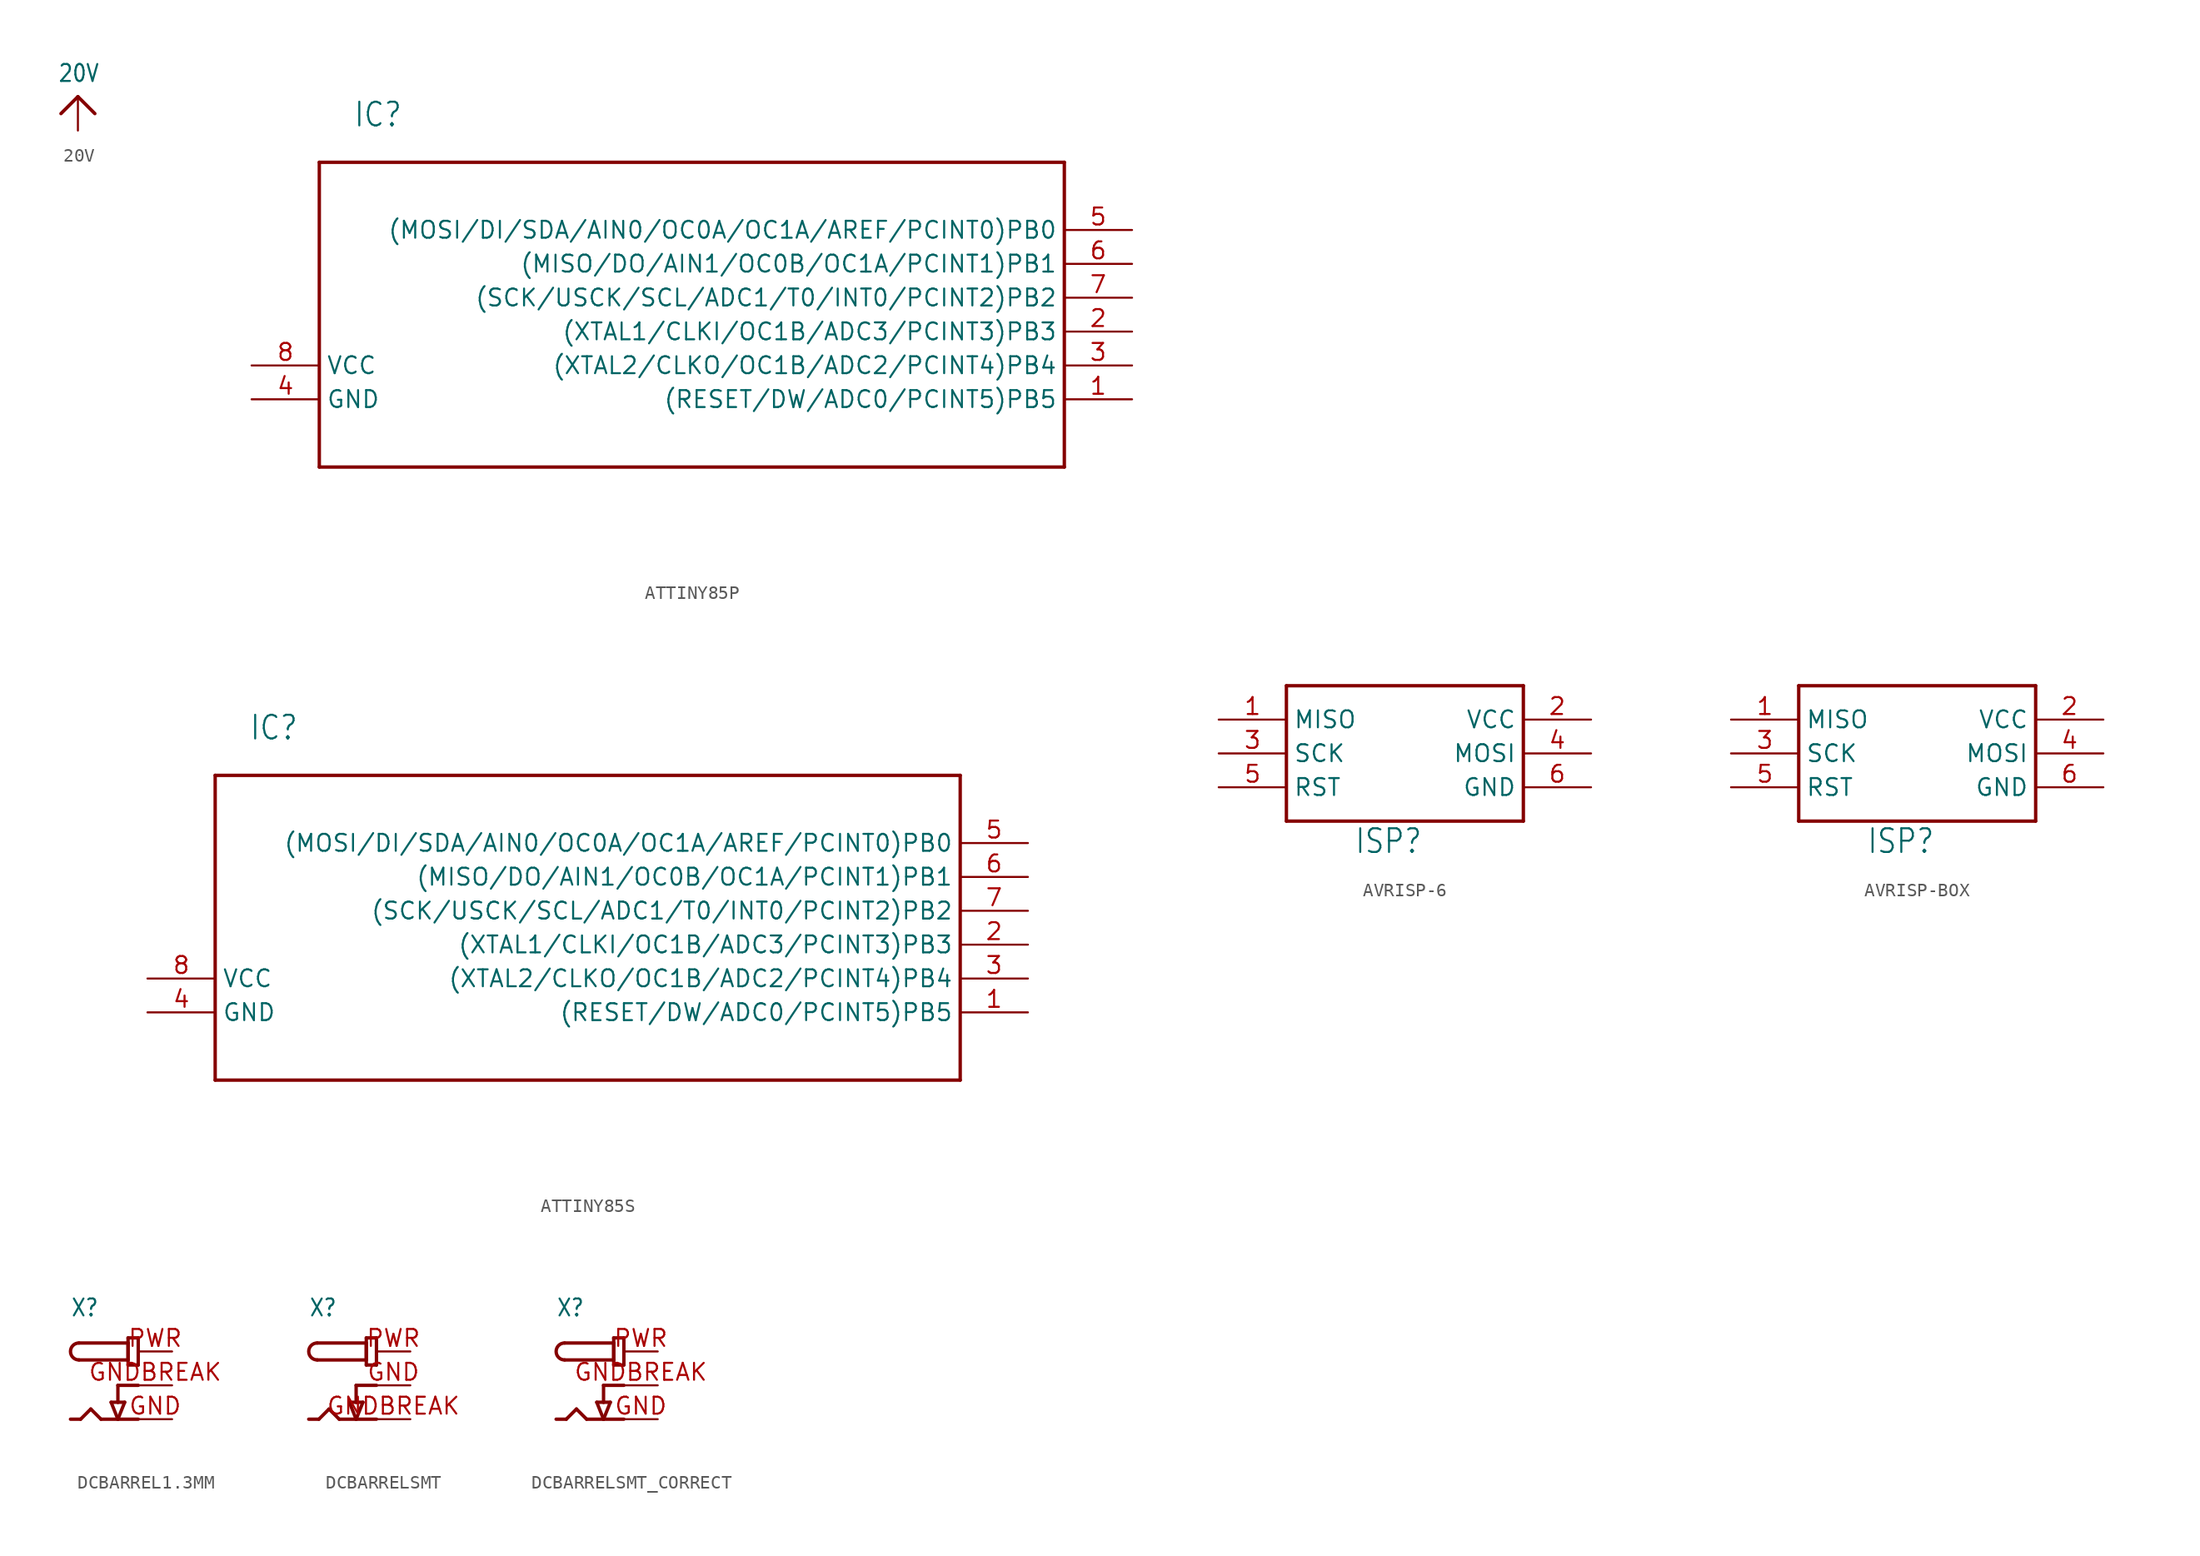
<source format=kicad_sym>
(kicad_symbol_lib
  (version 20220914)
  (generator kicad_symbol_editor)
  (symbol "20V"
    (power)
    (property "Reference" ""
      (at 0 0 0)
      (effects (font (size 1.27 1.27)) hide))
    (property "Value" "20V"
      (at -1.524 1.016 0)
      (effects (font (size 1.27 1.079)) (justify left bottom)))
    (property "ki_locked" ""
      (at 0 0 0)
      (effects (font (size 1.27 1.27))))
    (symbol "20V_1_0"
      (polyline (pts (xy -1.27 -1.27) (xy 0 0)) (stroke (width 0.254) (type solid)) (fill (type none)))
      (polyline (pts (xy 0 0) (xy 1.27 -1.27)) (stroke (width 0.254) (type solid)) (fill (type none)))
      (pin power_in line (at 0 -2.54 90) (length 2.54) (name "20V" (effects (font (size 0 0)))) (number "1" (effects (font (size 0 0)))))))
  (symbol "ATTINY85P"
    (property "Reference" "IC"
      (at -25.4 12.7 0)
      (effects (font (size 1.778 1.511)) (justify left bottom)))
    (property "Value" ""
      (at -25.4 -17.78 0)
      (effects (font (size 1.778 1.511)) (justify left bottom)))
    (property "ki_locked" ""
      (at 0 0 0)
      (effects (font (size 1.27 1.27))))
    (symbol "ATTINY85P_1_0"
      (polyline (pts (xy -27.94 -12.7) (xy -27.94 10.16)) (stroke (width 0.254) (type solid)) (fill (type none)))
      (polyline (pts (xy -27.94 10.16) (xy 27.94 10.16)) (stroke (width 0.254) (type solid)) (fill (type none)))
      (polyline (pts (xy 27.94 -12.7) (xy -27.94 -12.7)) (stroke (width 0.254) (type solid)) (fill (type none)))
      (polyline (pts (xy 27.94 10.16) (xy 27.94 -12.7)) (stroke (width 0.254) (type solid)) (fill (type none)))
      (pin bidirectional line (at 33.02 -7.62 180) (length 5.08) (name "(RESET/DW/ADC0/PCINT5)PB5" (effects (font (size 1.27 1.27)))) (number "1" (effects (font (size 1.27 1.27)))))
      (pin bidirectional line (at 33.02 -2.54 180) (length 5.08) (name "(XTAL1/CLKI/OC1B/ADC3/PCINT3)PB3" (effects (font (size 1.27 1.27)))) (number "2" (effects (font (size 1.27 1.27)))))
      (pin bidirectional line (at 33.02 -5.08 180) (length 5.08) (name "(XTAL2/CLKO/OC1B/ADC2/PCINT4)PB4" (effects (font (size 1.27 1.27)))) (number "3" (effects (font (size 1.27 1.27)))))
      (pin bidirectional line (at -33.02 -7.62 0) (length 5.08) (name "GND" (effects (font (size 1.27 1.27)))) (number "4" (effects (font (size 1.27 1.27)))))
      (pin bidirectional line (at 33.02 5.08 180) (length 5.08) (name "(MOSI/DI/SDA/AIN0/OC0A/OC1A/AREF/PCINT0)PB0" (effects (font (size 1.27 1.27)))) (number "5" (effects (font (size 1.27 1.27)))))
      (pin bidirectional line (at 33.02 2.54 180) (length 5.08) (name "(MISO/DO/AIN1/OC0B/OC1A/PCINT1)PB1" (effects (font (size 1.27 1.27)))) (number "6" (effects (font (size 1.27 1.27)))))
      (pin bidirectional line (at 33.02 0 180) (length 5.08) (name "(SCK/USCK/SCL/ADC1/T0/INT0/PCINT2)PB2" (effects (font (size 1.27 1.27)))) (number "7" (effects (font (size 1.27 1.27)))))
      (pin bidirectional line (at -33.02 -5.08 0) (length 5.08) (name "VCC" (effects (font (size 1.27 1.27)))) (number "8" (effects (font (size 1.27 1.27)))))))
  (symbol "ATTINY85S"
    (property "Reference" "IC"
      (at -25.4 12.7 0)
      (effects (font (size 1.778 1.511)) (justify left bottom)))
    (property "Value" ""
      (at -25.4 -17.78 0)
      (effects (font (size 1.778 1.511)) (justify left bottom)))
    (property "ki_locked" ""
      (at 0 0 0)
      (effects (font (size 1.27 1.27))))
    (symbol "ATTINY85S_1_0"
      (polyline (pts (xy -27.94 -12.7) (xy -27.94 10.16)) (stroke (width 0.254) (type solid)) (fill (type none)))
      (polyline (pts (xy -27.94 10.16) (xy 27.94 10.16)) (stroke (width 0.254) (type solid)) (fill (type none)))
      (polyline (pts (xy 27.94 -12.7) (xy -27.94 -12.7)) (stroke (width 0.254) (type solid)) (fill (type none)))
      (polyline (pts (xy 27.94 10.16) (xy 27.94 -12.7)) (stroke (width 0.254) (type solid)) (fill (type none)))
      (pin bidirectional line (at 33.02 -7.62 180) (length 5.08) (name "(RESET/DW/ADC0/PCINT5)PB5" (effects (font (size 1.27 1.27)))) (number "1" (effects (font (size 1.27 1.27)))))
      (pin bidirectional line (at 33.02 -2.54 180) (length 5.08) (name "(XTAL1/CLKI/OC1B/ADC3/PCINT3)PB3" (effects (font (size 1.27 1.27)))) (number "2" (effects (font (size 1.27 1.27)))))
      (pin bidirectional line (at 33.02 -5.08 180) (length 5.08) (name "(XTAL2/CLKO/OC1B/ADC2/PCINT4)PB4" (effects (font (size 1.27 1.27)))) (number "3" (effects (font (size 1.27 1.27)))))
      (pin bidirectional line (at -33.02 -7.62 0) (length 5.08) (name "GND" (effects (font (size 1.27 1.27)))) (number "4" (effects (font (size 1.27 1.27)))))
      (pin bidirectional line (at 33.02 5.08 180) (length 5.08) (name "(MOSI/DI/SDA/AIN0/OC0A/OC1A/AREF/PCINT0)PB0" (effects (font (size 1.27 1.27)))) (number "5" (effects (font (size 1.27 1.27)))))
      (pin bidirectional line (at 33.02 2.54 180) (length 5.08) (name "(MISO/DO/AIN1/OC0B/OC1A/PCINT1)PB1" (effects (font (size 1.27 1.27)))) (number "6" (effects (font (size 1.27 1.27)))))
      (pin bidirectional line (at 33.02 0 180) (length 5.08) (name "(SCK/USCK/SCL/ADC1/T0/INT0/PCINT2)PB2" (effects (font (size 1.27 1.27)))) (number "7" (effects (font (size 1.27 1.27)))))
      (pin bidirectional line (at -33.02 -5.08 0) (length 5.08) (name "VCC" (effects (font (size 1.27 1.27)))) (number "8" (effects (font (size 1.27 1.27)))))))
  (symbol "AVRISP-6"
    (property "Reference" "ISP"
      (at -2.54 -7.62 0)
      (effects (font (size 1.778 1.511)) (justify left bottom)))
    (property "ki_locked" ""
      (at 0 0 0)
      (effects (font (size 1.27 1.27))))
    (symbol "AVRISP-6_1_0"
      (polyline (pts (xy -7.62 -5.08) (xy -7.62 5.08)) (stroke (width 0.254) (type solid)) (fill (type none)))
      (polyline (pts (xy -7.62 5.08) (xy 10.16 5.08)) (stroke (width 0.254) (type solid)) (fill (type none)))
      (polyline (pts (xy 10.16 -5.08) (xy -7.62 -5.08)) (stroke (width 0.254) (type solid)) (fill (type none)))
      (polyline (pts (xy 10.16 5.08) (xy 10.16 -5.08)) (stroke (width 0.254) (type solid)) (fill (type none)))
      (pin input line (at -12.7 2.54 0) (length 5.08) (name "MISO" (effects (font (size 1.27 1.27)))) (number "1" (effects (font (size 1.27 1.27)))))
      (pin power_in line (at 15.24 2.54 180) (length 5.08) (name "VCC" (effects (font (size 1.27 1.27)))) (number "2" (effects (font (size 1.27 1.27)))))
      (pin output line (at -12.7 0 0) (length 5.08) (name "SCK" (effects (font (size 1.27 1.27)))) (number "3" (effects (font (size 1.27 1.27)))))
      (pin output line (at 15.24 0 180) (length 5.08) (name "MOSI" (effects (font (size 1.27 1.27)))) (number "4" (effects (font (size 1.27 1.27)))))
      (pin output line (at -12.7 -2.54 0) (length 5.08) (name "RST" (effects (font (size 1.27 1.27)))) (number "5" (effects (font (size 1.27 1.27)))))
      (pin power_in line (at 15.24 -2.54 180) (length 5.08) (name "GND" (effects (font (size 1.27 1.27)))) (number "6" (effects (font (size 1.27 1.27)))))))
  (symbol "AVRISP-BOX"
    (property "Reference" "ISP"
      (at -2.54 -7.62 0)
      (effects (font (size 1.778 1.511)) (justify left bottom)))
    (property "ki_locked" ""
      (at 0 0 0)
      (effects (font (size 1.27 1.27))))
    (symbol "AVRISP-BOX_1_0"
      (polyline (pts (xy -7.62 -5.08) (xy -7.62 5.08)) (stroke (width 0.254) (type solid)) (fill (type none)))
      (polyline (pts (xy -7.62 5.08) (xy 10.16 5.08)) (stroke (width 0.254) (type solid)) (fill (type none)))
      (polyline (pts (xy 10.16 -5.08) (xy -7.62 -5.08)) (stroke (width 0.254) (type solid)) (fill (type none)))
      (polyline (pts (xy 10.16 5.08) (xy 10.16 -5.08)) (stroke (width 0.254) (type solid)) (fill (type none)))
      (pin input line (at -12.7 2.54 0) (length 5.08) (name "MISO" (effects (font (size 1.27 1.27)))) (number "1" (effects (font (size 1.27 1.27)))))
      (pin power_in line (at 15.24 2.54 180) (length 5.08) (name "VCC" (effects (font (size 1.27 1.27)))) (number "2" (effects (font (size 1.27 1.27)))))
      (pin output line (at -12.7 0 0) (length 5.08) (name "SCK" (effects (font (size 1.27 1.27)))) (number "3" (effects (font (size 1.27 1.27)))))
      (pin output line (at 15.24 0 180) (length 5.08) (name "MOSI" (effects (font (size 1.27 1.27)))) (number "4" (effects (font (size 1.27 1.27)))))
      (pin output line (at -12.7 -2.54 0) (length 5.08) (name "RST" (effects (font (size 1.27 1.27)))) (number "5" (effects (font (size 1.27 1.27)))))
      (pin power_in line (at 15.24 -2.54 180) (length 5.08) (name "GND" (effects (font (size 1.27 1.27)))) (number "6" (effects (font (size 1.27 1.27)))))))
  (symbol "DCBARREL1.3MM"
    (property "Reference" "X"
      (at -5.08 5.08 0)
      (effects (font (size 1.27 1.079)) (justify left bottom)))
    (property "Value" ""
      (at -5.08 -5.08 0)
      (effects (font (size 1.27 1.079)) (justify left bottom)))
    (property "ki_locked" ""
      (at 0 0 0)
      (effects (font (size 1.27 1.27))))
    (symbol "DCBARREL1.3MM_1_0"
      (arc (start -4.445 3.175) (mid -5.08 2.54) (end -4.445 1.905) (stroke (width 0.254) (type solid)) (fill (type none)))
      (polyline (pts (xy -5.08 -2.54) (xy -4.318 -2.54)) (stroke (width 0.254) (type solid)) (fill (type none)))
      (polyline (pts (xy -4.318 -2.54) (xy -3.556 -1.778)) (stroke (width 0.254) (type solid)) (fill (type none)))
      (polyline (pts (xy -3.556 -1.778) (xy -2.794 -2.54)) (stroke (width 0.254) (type solid)) (fill (type none)))
      (polyline (pts (xy -2.032 -1.27) (xy -1.524 -1.27)) (stroke (width 0.254) (type solid)) (fill (type none)))
      (polyline (pts (xy -1.524 -2.54) (xy -2.794 -2.54)) (stroke (width 0.254) (type solid)) (fill (type none)))
      (polyline (pts (xy -1.524 -2.54) (xy -2.032 -1.27)) (stroke (width 0.254) (type solid)) (fill (type none)))
      (polyline (pts (xy -1.524 -1.27) (xy -1.016 -1.27)) (stroke (width 0.254) (type solid)) (fill (type none)))
      (polyline (pts (xy -1.524 0) (xy -1.524 -1.27)) (stroke (width 0.254) (type solid)) (fill (type none)))
      (polyline (pts (xy -1.016 -1.27) (xy -1.524 -2.54)) (stroke (width 0.254) (type solid)) (fill (type none)))
      (polyline (pts (xy -0.762 1.524) (xy -0.762 3.556)) (stroke (width 0.254) (type solid)) (fill (type none)))
      (polyline (pts (xy -0.762 1.905) (xy -4.445 1.905)) (stroke (width 0.254) (type solid)) (fill (type none)))
      (polyline (pts (xy -0.762 3.175) (xy -4.445 3.175)) (stroke (width 0.254) (type solid)) (fill (type none)))
      (polyline (pts (xy -0.762 3.175) (xy -0.762 1.905)) (stroke (width 0.254) (type solid)) (fill (type none)))
      (polyline (pts (xy -0.762 3.556) (xy 0 3.556)) (stroke (width 0.254) (type solid)) (fill (type none)))
      (polyline (pts (xy 0 -2.54) (xy -1.524 -2.54)) (stroke (width 0.254) (type solid)) (fill (type none)))
      (polyline (pts (xy 0 0) (xy -1.524 0)) (stroke (width 0.254) (type solid)) (fill (type none)))
      (polyline (pts (xy 0 1.524) (xy -0.762 1.524)) (stroke (width 0.254) (type solid)) (fill (type none)))
      (polyline (pts (xy 0 3.556) (xy 0 1.524)) (stroke (width 0.254) (type solid)) (fill (type none)))
      (pin power_in line (at 2.54 -2.54 180) (length 2.54) (name "GND" (effects (font (size 0 0)))) (number "GND" (effects (font (size 1.27 1.27)))))
      (pin power_in line (at 2.54 0 180) (length 2.54) (name "GNDBREAK" (effects (font (size 0 0)))) (number "GNDBREAK" (effects (font (size 1.27 1.27)))))
      (pin power_in line (at 2.54 2.54 180) (length 2.54) (name "PWR" (effects (font (size 0 0)))) (number "PWR" (effects (font (size 1.27 1.27)))))))
  (symbol "DCBARRELSMT"
    (property "Reference" "X"
      (at -5.08 5.08 0)
      (effects (font (size 1.27 1.079)) (justify left bottom)))
    (property "Value" ""
      (at -5.08 -5.08 0)
      (effects (font (size 1.27 1.079)) (justify left bottom)))
    (property "ki_locked" ""
      (at 0 0 0)
      (effects (font (size 1.27 1.27))))
    (symbol "DCBARRELSMT_1_0"
      (arc (start -4.445 3.175) (mid -5.08 2.54) (end -4.445 1.905) (stroke (width 0.254) (type solid)) (fill (type none)))
      (polyline (pts (xy -5.08 -2.54) (xy -4.318 -2.54)) (stroke (width 0.254) (type solid)) (fill (type none)))
      (polyline (pts (xy -4.318 -2.54) (xy -3.556 -1.778)) (stroke (width 0.254) (type solid)) (fill (type none)))
      (polyline (pts (xy -3.556 -1.778) (xy -2.794 -2.54)) (stroke (width 0.254) (type solid)) (fill (type none)))
      (polyline (pts (xy -2.032 -1.27) (xy -1.524 -1.27)) (stroke (width 0.254) (type solid)) (fill (type none)))
      (polyline (pts (xy -1.524 -2.54) (xy -2.794 -2.54)) (stroke (width 0.254) (type solid)) (fill (type none)))
      (polyline (pts (xy -1.524 -2.54) (xy -2.032 -1.27)) (stroke (width 0.254) (type solid)) (fill (type none)))
      (polyline (pts (xy -1.524 -1.27) (xy -1.016 -1.27)) (stroke (width 0.254) (type solid)) (fill (type none)))
      (polyline (pts (xy -1.524 0) (xy -1.524 -1.27)) (stroke (width 0.254) (type solid)) (fill (type none)))
      (polyline (pts (xy -1.016 -1.27) (xy -1.524 -2.54)) (stroke (width 0.254) (type solid)) (fill (type none)))
      (polyline (pts (xy -0.762 1.524) (xy -0.762 3.556)) (stroke (width 0.254) (type solid)) (fill (type none)))
      (polyline (pts (xy -0.762 1.905) (xy -4.445 1.905)) (stroke (width 0.254) (type solid)) (fill (type none)))
      (polyline (pts (xy -0.762 3.175) (xy -4.445 3.175)) (stroke (width 0.254) (type solid)) (fill (type none)))
      (polyline (pts (xy -0.762 3.175) (xy -0.762 1.905)) (stroke (width 0.254) (type solid)) (fill (type none)))
      (polyline (pts (xy -0.762 3.556) (xy 0 3.556)) (stroke (width 0.254) (type solid)) (fill (type none)))
      (polyline (pts (xy 0 -2.54) (xy -1.524 -2.54)) (stroke (width 0.254) (type solid)) (fill (type none)))
      (polyline (pts (xy 0 0) (xy -1.524 0)) (stroke (width 0.254) (type solid)) (fill (type none)))
      (polyline (pts (xy 0 1.524) (xy -0.762 1.524)) (stroke (width 0.254) (type solid)) (fill (type none)))
      (polyline (pts (xy 0 3.556) (xy 0 1.524)) (stroke (width 0.254) (type solid)) (fill (type none)))
      (pin power_in line (at 2.54 0 180) (length 2.54) (name "GNDBREAK" (effects (font (size 0 0)))) (number "GND" (effects (font (size 1.27 1.27)))))
      (pin power_in line (at 2.54 -2.54 180) (length 2.54) (name "GND" (effects (font (size 0 0)))) (number "GNDBREAK" (effects (font (size 1.27 1.27)))))
      (pin power_in line (at 2.54 2.54 180) (length 2.54) (name "PWR" (effects (font (size 0 0)))) (number "PWR" (effects (font (size 1.27 1.27)))))))
  (symbol "DCBARRELSMT_CORRECT"
    (property "Reference" "X"
      (at -5.08 5.08 0)
      (effects (font (size 1.27 1.079)) (justify left bottom)))
    (property "Value" ""
      (at -5.08 -5.08 0)
      (effects (font (size 1.27 1.079)) (justify left bottom)))
    (property "ki_locked" ""
      (at 0 0 0)
      (effects (font (size 1.27 1.27))))
    (symbol "DCBARRELSMT_CORRECT_1_0"
      (arc (start -4.445 3.175) (mid -5.08 2.54) (end -4.445 1.905) (stroke (width 0.254) (type solid)) (fill (type none)))
      (polyline (pts (xy -5.08 -2.54) (xy -4.318 -2.54)) (stroke (width 0.254) (type solid)) (fill (type none)))
      (polyline (pts (xy -4.318 -2.54) (xy -3.556 -1.778)) (stroke (width 0.254) (type solid)) (fill (type none)))
      (polyline (pts (xy -3.556 -1.778) (xy -2.794 -2.54)) (stroke (width 0.254) (type solid)) (fill (type none)))
      (polyline (pts (xy -2.032 -1.27) (xy -1.524 -1.27)) (stroke (width 0.254) (type solid)) (fill (type none)))
      (polyline (pts (xy -1.524 -2.54) (xy -2.794 -2.54)) (stroke (width 0.254) (type solid)) (fill (type none)))
      (polyline (pts (xy -1.524 -2.54) (xy -2.032 -1.27)) (stroke (width 0.254) (type solid)) (fill (type none)))
      (polyline (pts (xy -1.524 -1.27) (xy -1.016 -1.27)) (stroke (width 0.254) (type solid)) (fill (type none)))
      (polyline (pts (xy -1.524 0) (xy -1.524 -1.27)) (stroke (width 0.254) (type solid)) (fill (type none)))
      (polyline (pts (xy -1.016 -1.27) (xy -1.524 -2.54)) (stroke (width 0.254) (type solid)) (fill (type none)))
      (polyline (pts (xy -0.762 1.524) (xy -0.762 3.556)) (stroke (width 0.254) (type solid)) (fill (type none)))
      (polyline (pts (xy -0.762 1.905) (xy -4.445 1.905)) (stroke (width 0.254) (type solid)) (fill (type none)))
      (polyline (pts (xy -0.762 3.175) (xy -4.445 3.175)) (stroke (width 0.254) (type solid)) (fill (type none)))
      (polyline (pts (xy -0.762 3.175) (xy -0.762 1.905)) (stroke (width 0.254) (type solid)) (fill (type none)))
      (polyline (pts (xy -0.762 3.556) (xy 0 3.556)) (stroke (width 0.254) (type solid)) (fill (type none)))
      (polyline (pts (xy 0 -2.54) (xy -1.524 -2.54)) (stroke (width 0.254) (type solid)) (fill (type none)))
      (polyline (pts (xy 0 0) (xy -1.524 0)) (stroke (width 0.254) (type solid)) (fill (type none)))
      (polyline (pts (xy 0 1.524) (xy -0.762 1.524)) (stroke (width 0.254) (type solid)) (fill (type none)))
      (polyline (pts (xy 0 3.556) (xy 0 1.524)) (stroke (width 0.254) (type solid)) (fill (type none)))
      (pin power_in line (at 2.54 -2.54 180) (length 2.54) (name "GND" (effects (font (size 0 0)))) (number "GND" (effects (font (size 1.27 1.27)))))
      (pin power_in line (at 2.54 0 180) (length 2.54) (name "GNDBREAK" (effects (font (size 0 0)))) (number "GNDBREAK" (effects (font (size 1.27 1.27)))))
      (pin power_in line (at 2.54 2.54 180) (length 2.54) (name "PWR" (effects (font (size 0 0)))) (number "PWR" (effects (font (size 1.27 1.27))))))))
</source>
